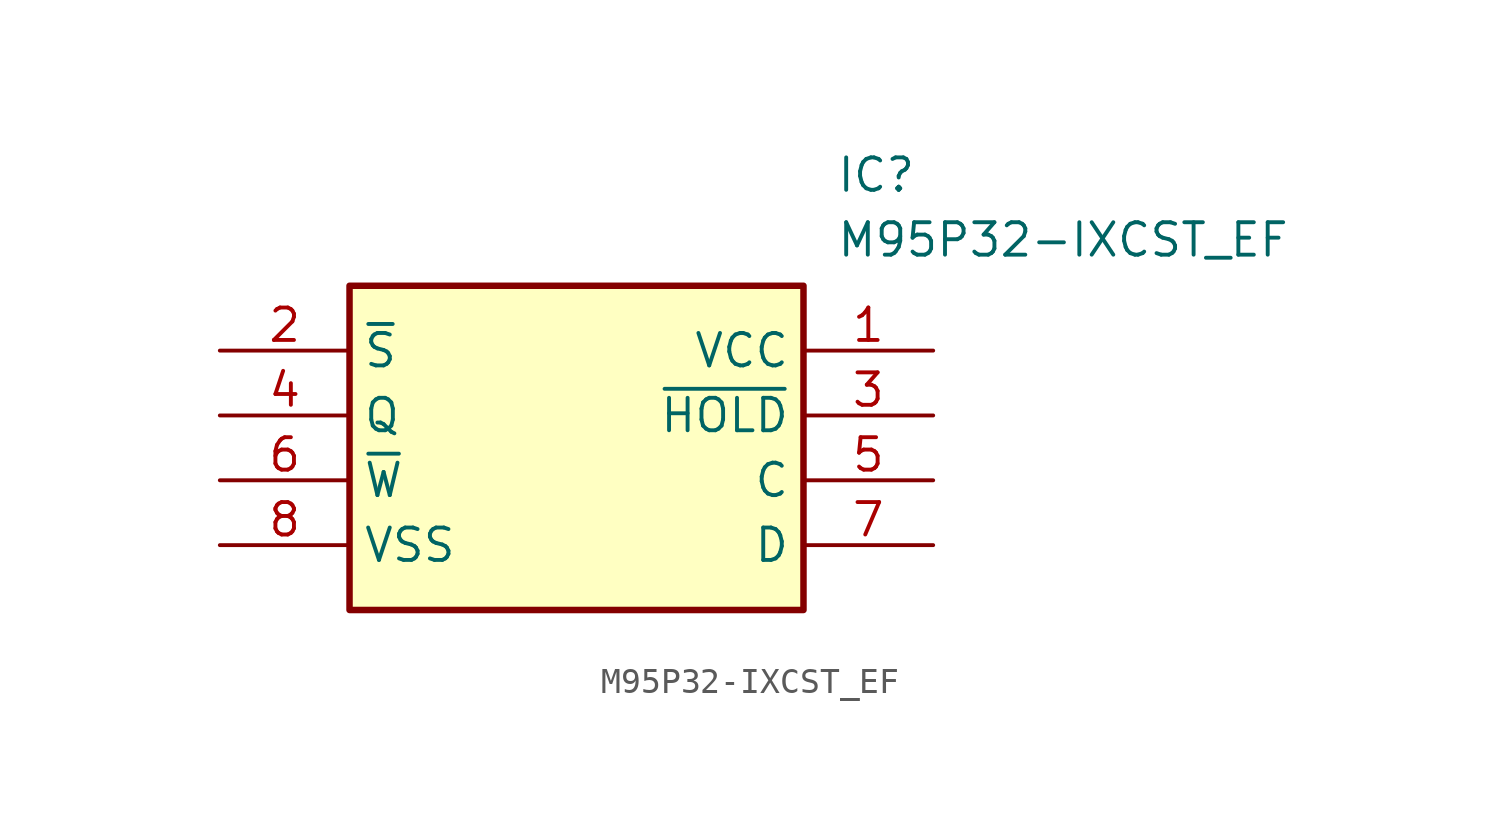
<source format=kicad_sym>
(kicad_symbol_lib
  (version 20211014)
  (generator SamacSys_ECAD_Model)
  (symbol "M95P32-IXCST_EF"
    (property "Reference" "IC"
      (at 24.13 7.62 0)
      (effects (font (size 1.27 1.27)) (justify left top)))
    (property "Value" "M95P32-IXCST_EF"
      (at 24.13 5.08 0)
      (effects (font (size 1.27 1.27)) (justify left top)))
    (rectangle
      (start 5.08 2.54)
      (end 22.86 -10.16)
      (stroke (width 0.254) (type default))
      (fill (type background)))
    (pin passive line
      (at 27.94 0 180)
      (length 5.08)
      (name "VCC" (effects (font (size 1.27 1.27))))
      (number "1" (effects (font (size 1.27 1.27)))))
    (pin passive line
      (at 0 0 0)
      (length 5.08)
      (name "~{S}" (effects (font (size 1.27 1.27))))
      (number "2" (effects (font (size 1.27 1.27)))))
    (pin passive line
      (at 27.94 -2.54 180)
      (length 5.08)
      (name "~{HOLD}" (effects (font (size 1.27 1.27))))
      (number "3" (effects (font (size 1.27 1.27)))))
    (pin passive line
      (at 0 -2.54 0)
      (length 5.08)
      (name "Q" (effects (font (size 1.27 1.27))))
      (number "4" (effects (font (size 1.27 1.27)))))
    (pin passive line
      (at 27.94 -5.08 180)
      (length 5.08)
      (name "C" (effects (font (size 1.27 1.27))))
      (number "5" (effects (font (size 1.27 1.27)))))
    (pin passive line
      (at 0 -5.08 0)
      (length 5.08)
      (name "~{W}" (effects (font (size 1.27 1.27))))
      (number "6" (effects (font (size 1.27 1.27)))))
    (pin passive line
      (at 27.94 -7.62 180)
      (length 5.08)
      (name "D" (effects (font (size 1.27 1.27))))
      (number "7" (effects (font (size 1.27 1.27)))))
    (pin passive line
      (at 0 -7.62 0)
      (length 5.08)
      (name "VSS" (effects (font (size 1.27 1.27))))
      (number "8" (effects (font (size 1.27 1.27)))))))
</source>
